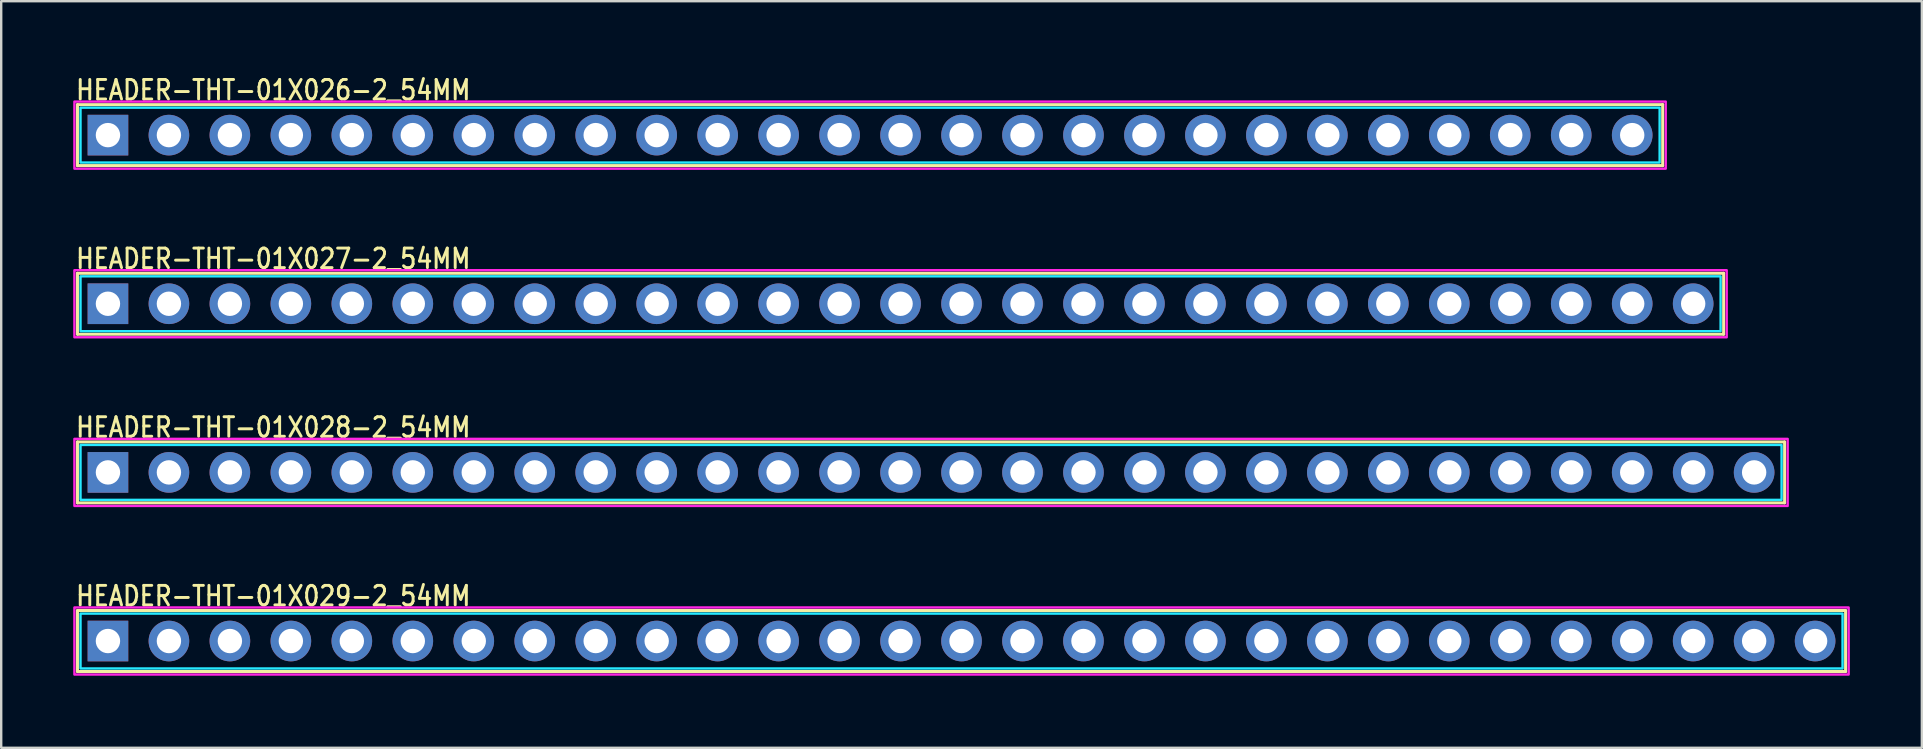
<source format=kicad_pcb>
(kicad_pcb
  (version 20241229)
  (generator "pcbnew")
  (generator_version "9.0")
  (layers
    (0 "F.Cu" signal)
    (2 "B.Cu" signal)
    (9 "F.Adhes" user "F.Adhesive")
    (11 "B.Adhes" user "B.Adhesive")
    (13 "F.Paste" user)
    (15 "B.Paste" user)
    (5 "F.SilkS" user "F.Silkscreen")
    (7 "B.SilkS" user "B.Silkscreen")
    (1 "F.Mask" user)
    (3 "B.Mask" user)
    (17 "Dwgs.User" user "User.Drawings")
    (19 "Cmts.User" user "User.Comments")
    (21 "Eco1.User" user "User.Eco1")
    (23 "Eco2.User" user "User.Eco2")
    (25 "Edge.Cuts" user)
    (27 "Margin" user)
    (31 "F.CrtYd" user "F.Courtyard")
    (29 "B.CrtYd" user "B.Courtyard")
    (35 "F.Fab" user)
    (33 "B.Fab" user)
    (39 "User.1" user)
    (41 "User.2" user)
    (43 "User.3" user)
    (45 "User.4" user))
  (footprint "HEADER-THT-01X027-2_54MM"
    (layer "F.Cu")
    (at 1.447 9.604)
    (property "Reference" "HEADER-THT-01X027-2_54MM" (at -1.4 -1.4 0) (unlocked yes) (layer "F.SilkS") (effects (font (size 0.813 0.695) (thickness 0.122)) (justify left bottom)))
    (fp_line (start -1.27 -1.27) (end -1.27 1.27) (stroke (width 0.127) (type solid)) (layer "F.SilkS"))
    (fp_line (start -1.27 1.27) (end 67.31 1.27) (stroke (width 0.127) (type solid)) (layer "F.SilkS"))
    (fp_line (start 67.31 -1.27) (end -1.27 -1.27) (stroke (width 0.127) (type solid)) (layer "F.SilkS"))
    (fp_line (start 67.31 1.27) (end 67.31 -1.27) (stroke (width 0.127) (type solid)) (layer "F.SilkS"))
    (fp_poly (pts (xy -1.143 -1.143) (xy 67.183 -1.143) (xy 67.183 1.143) (xy -1.143 1.143)) (stroke (width 0.1) (type solid)) (fill no) (layer "B.CrtYd"))
    (fp_poly (pts (xy -1.397 -1.397) (xy 67.437 -1.397) (xy 67.437 1.397) (xy -1.397 1.397)) (stroke (width 0.1) (type solid)) (fill no) (layer "F.CrtYd"))
    (pad "1" thru_hole rect (at 0 0) (size 1.693 1.693) (drill 1.016) (layers "*.Cu" "*.Mask"))
    (pad "2" thru_hole oval (at 2.54 0) (size 1.693 1.693) (drill 1.016) (layers "*.Cu" "*.Mask"))
    (pad "3" thru_hole oval (at 5.08 0) (size 1.693 1.693) (drill 1.016) (layers "*.Cu" "*.Mask"))
    (pad "4" thru_hole oval (at 7.62 0) (size 1.693 1.693) (drill 1.016) (layers "*.Cu" "*.Mask"))
    (pad "5" thru_hole oval (at 10.16 0) (size 1.693 1.693) (drill 1.016) (layers "*.Cu" "*.Mask"))
    (pad "6" thru_hole oval (at 12.7 0) (size 1.693 1.693) (drill 1.016) (layers "*.Cu" "*.Mask"))
    (pad "7" thru_hole oval (at 15.24 0) (size 1.693 1.693) (drill 1.016) (layers "*.Cu" "*.Mask"))
    (pad "8" thru_hole oval (at 17.78 0) (size 1.693 1.693) (drill 1.016) (layers "*.Cu" "*.Mask"))
    (pad "9" thru_hole oval (at 20.32 0) (size 1.693 1.693) (drill 1.016) (layers "*.Cu" "*.Mask"))
    (pad "10" thru_hole oval (at 22.86 0) (size 1.693 1.693) (drill 1.016) (layers "*.Cu" "*.Mask"))
    (pad "11" thru_hole oval (at 25.4 0) (size 1.693 1.693) (drill 1.016) (layers "*.Cu" "*.Mask"))
    (pad "12" thru_hole oval (at 27.94 0) (size 1.693 1.693) (drill 1.016) (layers "*.Cu" "*.Mask"))
    (pad "13" thru_hole oval (at 30.48 0) (size 1.693 1.693) (drill 1.016) (layers "*.Cu" "*.Mask"))
    (pad "14" thru_hole oval (at 33.02 0) (size 1.693 1.693) (drill 1.016) (layers "*.Cu" "*.Mask"))
    (pad "15" thru_hole oval (at 35.56 0) (size 1.693 1.693) (drill 1.016) (layers "*.Cu" "*.Mask"))
    (pad "16" thru_hole oval (at 38.1 0) (size 1.693 1.693) (drill 1.016) (layers "*.Cu" "*.Mask"))
    (pad "17" thru_hole oval (at 40.64 0) (size 1.693 1.693) (drill 1.016) (layers "*.Cu" "*.Mask"))
    (pad "18" thru_hole oval (at 43.18 0) (size 1.693 1.693) (drill 1.016) (layers "*.Cu" "*.Mask"))
    (pad "19" thru_hole oval (at 45.72 0) (size 1.693 1.693) (drill 1.016) (layers "*.Cu" "*.Mask"))
    (pad "20" thru_hole oval (at 48.26 0) (size 1.693 1.693) (drill 1.016) (layers "*.Cu" "*.Mask"))
    (pad "21" thru_hole oval (at 50.8 0) (size 1.693 1.693) (drill 1.016) (layers "*.Cu" "*.Mask"))
    (pad "22" thru_hole oval (at 53.34 0) (size 1.693 1.693) (drill 1.016) (layers "*.Cu" "*.Mask"))
    (pad "23" thru_hole oval (at 55.88 0) (size 1.693 1.693) (drill 1.016) (layers "*.Cu" "*.Mask"))
    (pad "24" thru_hole oval (at 58.42 0) (size 1.693 1.693) (drill 1.016) (layers "*.Cu" "*.Mask"))
    (pad "25" thru_hole oval (at 60.96 0) (size 1.693 1.693) (drill 1.016) (layers "*.Cu" "*.Mask"))
    (pad "26" thru_hole oval (at 63.5 0) (size 1.693 1.693) (drill 1.016) (layers "*.Cu" "*.Mask"))
    (pad "27" thru_hole oval (at 66.04 0) (size 1.693 1.693) (drill 1.016) (layers "*.Cu" "*.Mask")))
  (footprint "HEADER-THT-01X028-2_54MM"
    (layer "F.Cu")
    (at 1.447 16.63)
    (property "Reference" "HEADER-THT-01X028-2_54MM" (at -1.4 -1.4 0) (unlocked yes) (layer "F.SilkS") (effects (font (size 0.813 0.695) (thickness 0.122)) (justify left bottom)))
    (fp_line (start -1.27 -1.27) (end -1.27 1.27) (stroke (width 0.127) (type solid)) (layer "F.SilkS"))
    (fp_line (start -1.27 1.27) (end 69.85 1.27) (stroke (width 0.127) (type solid)) (layer "F.SilkS"))
    (fp_line (start 69.85 -1.27) (end -1.27 -1.27) (stroke (width 0.127) (type solid)) (layer "F.SilkS"))
    (fp_line (start 69.85 1.27) (end 69.85 -1.27) (stroke (width 0.127) (type solid)) (layer "F.SilkS"))
    (fp_poly (pts (xy -1.143 -1.143) (xy 69.723 -1.143) (xy 69.723 1.143) (xy -1.143 1.143)) (stroke (width 0.1) (type solid)) (fill no) (layer "B.CrtYd"))
    (fp_poly (pts (xy -1.397 -1.397) (xy 69.977 -1.397) (xy 69.977 1.397) (xy -1.397 1.397)) (stroke (width 0.1) (type solid)) (fill no) (layer "F.CrtYd"))
    (pad "1" thru_hole rect (at 0 0) (size 1.693 1.693) (drill 1.016) (layers "*.Cu" "*.Mask"))
    (pad "2" thru_hole oval (at 2.54 0) (size 1.693 1.693) (drill 1.016) (layers "*.Cu" "*.Mask"))
    (pad "3" thru_hole oval (at 5.08 0) (size 1.693 1.693) (drill 1.016) (layers "*.Cu" "*.Mask"))
    (pad "4" thru_hole oval (at 7.62 0) (size 1.693 1.693) (drill 1.016) (layers "*.Cu" "*.Mask"))
    (pad "5" thru_hole oval (at 10.16 0) (size 1.693 1.693) (drill 1.016) (layers "*.Cu" "*.Mask"))
    (pad "6" thru_hole oval (at 12.7 0) (size 1.693 1.693) (drill 1.016) (layers "*.Cu" "*.Mask"))
    (pad "7" thru_hole oval (at 15.24 0) (size 1.693 1.693) (drill 1.016) (layers "*.Cu" "*.Mask"))
    (pad "8" thru_hole oval (at 17.78 0) (size 1.693 1.693) (drill 1.016) (layers "*.Cu" "*.Mask"))
    (pad "9" thru_hole oval (at 20.32 0) (size 1.693 1.693) (drill 1.016) (layers "*.Cu" "*.Mask"))
    (pad "10" thru_hole oval (at 22.86 0) (size 1.693 1.693) (drill 1.016) (layers "*.Cu" "*.Mask"))
    (pad "11" thru_hole oval (at 25.4 0) (size 1.693 1.693) (drill 1.016) (layers "*.Cu" "*.Mask"))
    (pad "12" thru_hole oval (at 27.94 0) (size 1.693 1.693) (drill 1.016) (layers "*.Cu" "*.Mask"))
    (pad "13" thru_hole oval (at 30.48 0) (size 1.693 1.693) (drill 1.016) (layers "*.Cu" "*.Mask"))
    (pad "14" thru_hole oval (at 33.02 0) (size 1.693 1.693) (drill 1.016) (layers "*.Cu" "*.Mask"))
    (pad "15" thru_hole oval (at 35.56 0) (size 1.693 1.693) (drill 1.016) (layers "*.Cu" "*.Mask"))
    (pad "16" thru_hole oval (at 38.1 0) (size 1.693 1.693) (drill 1.016) (layers "*.Cu" "*.Mask"))
    (pad "17" thru_hole oval (at 40.64 0) (size 1.693 1.693) (drill 1.016) (layers "*.Cu" "*.Mask"))
    (pad "18" thru_hole oval (at 43.18 0) (size 1.693 1.693) (drill 1.016) (layers "*.Cu" "*.Mask"))
    (pad "19" thru_hole oval (at 45.72 0) (size 1.693 1.693) (drill 1.016) (layers "*.Cu" "*.Mask"))
    (pad "20" thru_hole oval (at 48.26 0) (size 1.693 1.693) (drill 1.016) (layers "*.Cu" "*.Mask"))
    (pad "21" thru_hole oval (at 50.8 0) (size 1.693 1.693) (drill 1.016) (layers "*.Cu" "*.Mask"))
    (pad "22" thru_hole oval (at 53.34 0) (size 1.693 1.693) (drill 1.016) (layers "*.Cu" "*.Mask"))
    (pad "23" thru_hole oval (at 55.88 0) (size 1.693 1.693) (drill 1.016) (layers "*.Cu" "*.Mask"))
    (pad "24" thru_hole oval (at 58.42 0) (size 1.693 1.693) (drill 1.016) (layers "*.Cu" "*.Mask"))
    (pad "25" thru_hole oval (at 60.96 0) (size 1.693 1.693) (drill 1.016) (layers "*.Cu" "*.Mask"))
    (pad "26" thru_hole oval (at 63.5 0) (size 1.693 1.693) (drill 1.016) (layers "*.Cu" "*.Mask"))
    (pad "27" thru_hole oval (at 66.04 0) (size 1.693 1.693) (drill 1.016) (layers "*.Cu" "*.Mask"))
    (pad "28" thru_hole oval (at 68.58 0) (size 1.693 1.693) (drill 1.016) (layers "*.Cu" "*.Mask")))
  (footprint "HEADER-THT-01X029-2_54MM"
    (layer "F.Cu")
    (at 1.447 23.655)
    (property "Reference" "HEADER-THT-01X029-2_54MM" (at -1.4 -1.4 0) (unlocked yes) (layer "F.SilkS") (effects (font (size 0.813 0.695) (thickness 0.122)) (justify left bottom)))
    (fp_line (start -1.27 -1.27) (end -1.27 1.27) (stroke (width 0.127) (type solid)) (layer "F.SilkS"))
    (fp_line (start -1.27 1.27) (end 72.39 1.27) (stroke (width 0.127) (type solid)) (layer "F.SilkS"))
    (fp_line (start 72.39 -1.27) (end -1.27 -1.27) (stroke (width 0.127) (type solid)) (layer "F.SilkS"))
    (fp_line (start 72.39 1.27) (end 72.39 -1.27) (stroke (width 0.127) (type solid)) (layer "F.SilkS"))
    (fp_poly (pts (xy -1.143 -1.143) (xy 72.263 -1.143) (xy 72.263 1.143) (xy -1.143 1.143)) (stroke (width 0.1) (type solid)) (fill no) (layer "B.CrtYd"))
    (fp_poly (pts (xy -1.397 -1.397) (xy 72.517 -1.397) (xy 72.517 1.397) (xy -1.397 1.397)) (stroke (width 0.1) (type solid)) (fill no) (layer "F.CrtYd"))
    (pad "1" thru_hole rect (at 0 0) (size 1.693 1.693) (drill 1.016) (layers "*.Cu" "*.Mask"))
    (pad "2" thru_hole oval (at 2.54 0) (size 1.693 1.693) (drill 1.016) (layers "*.Cu" "*.Mask"))
    (pad "3" thru_hole oval (at 5.08 0) (size 1.693 1.693) (drill 1.016) (layers "*.Cu" "*.Mask"))
    (pad "4" thru_hole oval (at 7.62 0) (size 1.693 1.693) (drill 1.016) (layers "*.Cu" "*.Mask"))
    (pad "5" thru_hole oval (at 10.16 0) (size 1.693 1.693) (drill 1.016) (layers "*.Cu" "*.Mask"))
    (pad "6" thru_hole oval (at 12.7 0) (size 1.693 1.693) (drill 1.016) (layers "*.Cu" "*.Mask"))
    (pad "7" thru_hole oval (at 15.24 0) (size 1.693 1.693) (drill 1.016) (layers "*.Cu" "*.Mask"))
    (pad "8" thru_hole oval (at 17.78 0) (size 1.693 1.693) (drill 1.016) (layers "*.Cu" "*.Mask"))
    (pad "9" thru_hole oval (at 20.32 0) (size 1.693 1.693) (drill 1.016) (layers "*.Cu" "*.Mask"))
    (pad "10" thru_hole oval (at 22.86 0) (size 1.693 1.693) (drill 1.016) (layers "*.Cu" "*.Mask"))
    (pad "11" thru_hole oval (at 25.4 0) (size 1.693 1.693) (drill 1.016) (layers "*.Cu" "*.Mask"))
    (pad "12" thru_hole oval (at 27.94 0) (size 1.693 1.693) (drill 1.016) (layers "*.Cu" "*.Mask"))
    (pad "13" thru_hole oval (at 30.48 0) (size 1.693 1.693) (drill 1.016) (layers "*.Cu" "*.Mask"))
    (pad "14" thru_hole oval (at 33.02 0) (size 1.693 1.693) (drill 1.016) (layers "*.Cu" "*.Mask"))
    (pad "15" thru_hole oval (at 35.56 0) (size 1.693 1.693) (drill 1.016) (layers "*.Cu" "*.Mask"))
    (pad "16" thru_hole oval (at 38.1 0) (size 1.693 1.693) (drill 1.016) (layers "*.Cu" "*.Mask"))
    (pad "17" thru_hole oval (at 40.64 0) (size 1.693 1.693) (drill 1.016) (layers "*.Cu" "*.Mask"))
    (pad "18" thru_hole oval (at 43.18 0) (size 1.693 1.693) (drill 1.016) (layers "*.Cu" "*.Mask"))
    (pad "19" thru_hole oval (at 45.72 0) (size 1.693 1.693) (drill 1.016) (layers "*.Cu" "*.Mask"))
    (pad "20" thru_hole oval (at 48.26 0) (size 1.693 1.693) (drill 1.016) (layers "*.Cu" "*.Mask"))
    (pad "21" thru_hole oval (at 50.8 0) (size 1.693 1.693) (drill 1.016) (layers "*.Cu" "*.Mask"))
    (pad "22" thru_hole oval (at 53.34 0) (size 1.693 1.693) (drill 1.016) (layers "*.Cu" "*.Mask"))
    (pad "23" thru_hole oval (at 55.88 0) (size 1.693 1.693) (drill 1.016) (layers "*.Cu" "*.Mask"))
    (pad "24" thru_hole oval (at 58.42 0) (size 1.693 1.693) (drill 1.016) (layers "*.Cu" "*.Mask"))
    (pad "25" thru_hole oval (at 60.96 0) (size 1.693 1.693) (drill 1.016) (layers "*.Cu" "*.Mask"))
    (pad "26" thru_hole oval (at 63.5 0) (size 1.693 1.693) (drill 1.016) (layers "*.Cu" "*.Mask"))
    (pad "27" thru_hole oval (at 66.04 0) (size 1.693 1.693) (drill 1.016) (layers "*.Cu" "*.Mask"))
    (pad "28" thru_hole oval (at 68.58 0) (size 1.693 1.693) (drill 1.016) (layers "*.Cu" "*.Mask"))
    (pad "29" thru_hole oval (at 71.12 0) (size 1.693 1.693) (drill 1.016) (layers "*.Cu" "*.Mask")))
  (footprint "HEADER-THT-01X026-2_54MM"
    (layer "F.Cu")
    (at 1.447 2.579)
    (property "Reference" "HEADER-THT-01X026-2_54MM" (at -1.4 -1.4 0) (unlocked yes) (layer "F.SilkS") (effects (font (size 0.813 0.695) (thickness 0.122)) (justify left bottom)))
    (fp_line (start -1.27 -1.27) (end -1.27 1.27) (stroke (width 0.127) (type solid)) (layer "F.SilkS"))
    (fp_line (start -1.27 1.27) (end 64.77 1.27) (stroke (width 0.127) (type solid)) (layer "F.SilkS"))
    (fp_line (start 64.77 -1.27) (end -1.27 -1.27) (stroke (width 0.127) (type solid)) (layer "F.SilkS"))
    (fp_line (start 64.77 1.27) (end 64.77 -1.27) (stroke (width 0.127) (type solid)) (layer "F.SilkS"))
    (fp_poly (pts (xy -1.143 -1.143) (xy 64.643 -1.143) (xy 64.643 1.143) (xy -1.143 1.143)) (stroke (width 0.1) (type solid)) (fill no) (layer "B.CrtYd"))
    (fp_poly (pts (xy -1.397 -1.397) (xy 64.897 -1.397) (xy 64.897 1.397) (xy -1.397 1.397)) (stroke (width 0.1) (type solid)) (fill no) (layer "F.CrtYd"))
    (pad "1" thru_hole rect (at 0 0) (size 1.693 1.693) (drill 1.016) (layers "*.Cu" "*.Mask"))
    (pad "2" thru_hole oval (at 2.54 0) (size 1.693 1.693) (drill 1.016) (layers "*.Cu" "*.Mask"))
    (pad "3" thru_hole oval (at 5.08 0) (size 1.693 1.693) (drill 1.016) (layers "*.Cu" "*.Mask"))
    (pad "4" thru_hole oval (at 7.62 0) (size 1.693 1.693) (drill 1.016) (layers "*.Cu" "*.Mask"))
    (pad "5" thru_hole oval (at 10.16 0) (size 1.693 1.693) (drill 1.016) (layers "*.Cu" "*.Mask"))
    (pad "6" thru_hole oval (at 12.7 0) (size 1.693 1.693) (drill 1.016) (layers "*.Cu" "*.Mask"))
    (pad "7" thru_hole oval (at 15.24 0) (size 1.693 1.693) (drill 1.016) (layers "*.Cu" "*.Mask"))
    (pad "8" thru_hole oval (at 17.78 0) (size 1.693 1.693) (drill 1.016) (layers "*.Cu" "*.Mask"))
    (pad "9" thru_hole oval (at 20.32 0) (size 1.693 1.693) (drill 1.016) (layers "*.Cu" "*.Mask"))
    (pad "10" thru_hole oval (at 22.86 0) (size 1.693 1.693) (drill 1.016) (layers "*.Cu" "*.Mask"))
    (pad "11" thru_hole oval (at 25.4 0) (size 1.693 1.693) (drill 1.016) (layers "*.Cu" "*.Mask"))
    (pad "12" thru_hole oval (at 27.94 0) (size 1.693 1.693) (drill 1.016) (layers "*.Cu" "*.Mask"))
    (pad "13" thru_hole oval (at 30.48 0) (size 1.693 1.693) (drill 1.016) (layers "*.Cu" "*.Mask"))
    (pad "14" thru_hole oval (at 33.02 0) (size 1.693 1.693) (drill 1.016) (layers "*.Cu" "*.Mask"))
    (pad "15" thru_hole oval (at 35.56 0) (size 1.693 1.693) (drill 1.016) (layers "*.Cu" "*.Mask"))
    (pad "16" thru_hole oval (at 38.1 0) (size 1.693 1.693) (drill 1.016) (layers "*.Cu" "*.Mask"))
    (pad "17" thru_hole oval (at 40.64 0) (size 1.693 1.693) (drill 1.016) (layers "*.Cu" "*.Mask"))
    (pad "18" thru_hole oval (at 43.18 0) (size 1.693 1.693) (drill 1.016) (layers "*.Cu" "*.Mask"))
    (pad "19" thru_hole oval (at 45.72 0) (size 1.693 1.693) (drill 1.016) (layers "*.Cu" "*.Mask"))
    (pad "20" thru_hole oval (at 48.26 0) (size 1.693 1.693) (drill 1.016) (layers "*.Cu" "*.Mask"))
    (pad "21" thru_hole oval (at 50.8 0) (size 1.693 1.693) (drill 1.016) (layers "*.Cu" "*.Mask"))
    (pad "22" thru_hole oval (at 53.34 0) (size 1.693 1.693) (drill 1.016) (layers "*.Cu" "*.Mask"))
    (pad "23" thru_hole oval (at 55.88 0) (size 1.693 1.693) (drill 1.016) (layers "*.Cu" "*.Mask"))
    (pad "24" thru_hole oval (at 58.42 0) (size 1.693 1.693) (drill 1.016) (layers "*.Cu" "*.Mask"))
    (pad "25" thru_hole oval (at 60.96 0) (size 1.693 1.693) (drill 1.016) (layers "*.Cu" "*.Mask"))
    (pad "26" thru_hole oval (at 63.5 0) (size 1.693 1.693) (drill 1.016) (layers "*.Cu" "*.Mask")))
  (gr_rect
    (start -3 -3)
    (end 77.014 28.102)
    (stroke (width 0.1) (type default))
    (fill no)
    (layer "Edge.Cuts")))
</source>
